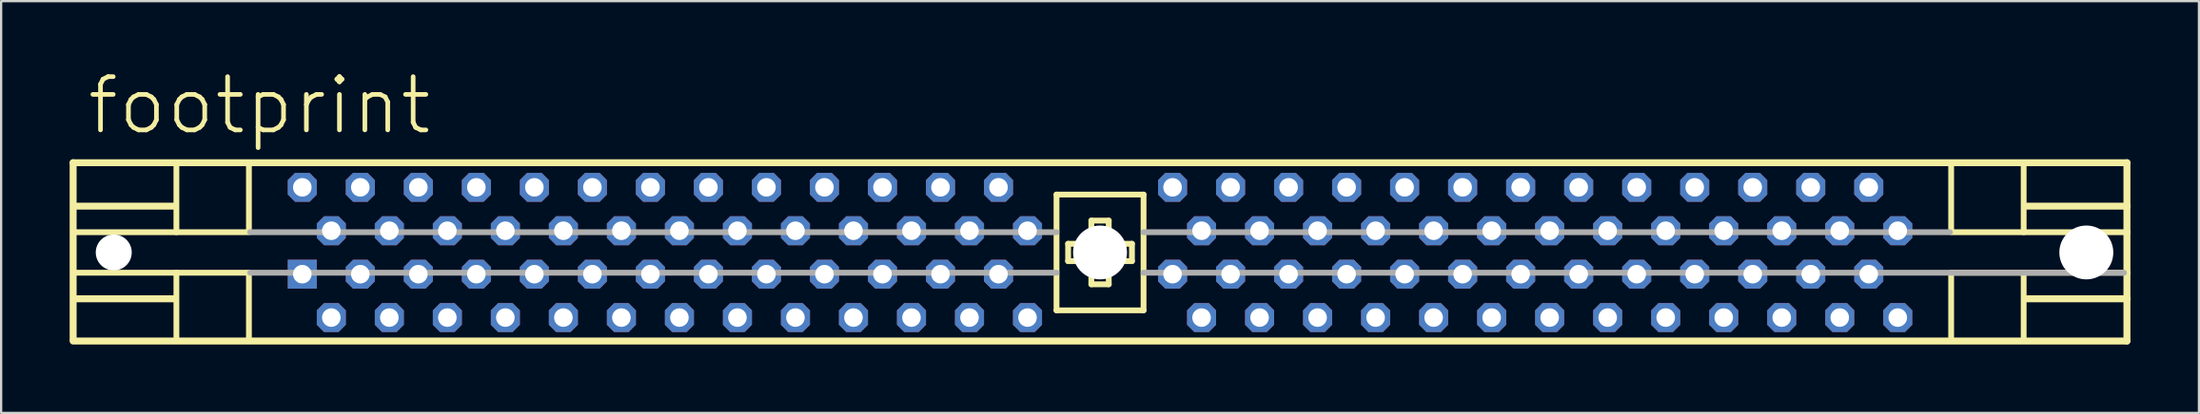
<source format=kicad_pcb>
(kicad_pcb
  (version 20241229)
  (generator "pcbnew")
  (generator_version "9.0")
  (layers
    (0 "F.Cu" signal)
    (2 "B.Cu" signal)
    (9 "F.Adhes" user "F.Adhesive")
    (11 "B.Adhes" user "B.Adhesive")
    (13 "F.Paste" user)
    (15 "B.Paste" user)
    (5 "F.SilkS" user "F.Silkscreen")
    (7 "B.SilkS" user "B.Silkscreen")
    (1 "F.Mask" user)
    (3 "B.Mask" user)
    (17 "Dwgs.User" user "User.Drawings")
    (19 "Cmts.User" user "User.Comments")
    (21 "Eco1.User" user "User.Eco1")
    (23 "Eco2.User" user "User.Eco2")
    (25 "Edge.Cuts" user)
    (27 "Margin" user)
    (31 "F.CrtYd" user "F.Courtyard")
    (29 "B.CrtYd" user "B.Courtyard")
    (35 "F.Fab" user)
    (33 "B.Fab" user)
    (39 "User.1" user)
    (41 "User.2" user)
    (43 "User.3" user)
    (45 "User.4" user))
  (footprint "footprint"
    (layer "F.Cu")
    (at 45.11 8.026)
    (property "Reference" "footprint" (at -44.45 -5.08 0) (layer "F.SilkS") (effects (font (size 2.337 2.337) (thickness 0.203)) (justify left bottom)))
    (fp_line (start -44.958 -3.937) (end -44.958 3.81) (stroke (width 0.305) (type solid)) (layer "F.SilkS"))
    (fp_line (start -44.958 -3.937) (end 44.958 -3.937) (stroke (width 0.305) (type solid)) (layer "F.SilkS"))
    (fp_line (start -44.958 -0.889) (end -37.338 -0.889) (stroke (width 0.254) (type solid)) (layer "F.SilkS"))
    (fp_line (start -44.958 0.889) (end -37.338 0.889) (stroke (width 0.254) (type solid)) (layer "F.SilkS"))
    (fp_line (start -44.831 -2.032) (end -40.513 -2.032) (stroke (width 0.305) (type solid)) (layer "F.SilkS"))
    (fp_line (start -44.831 2.032) (end -40.513 2.032) (stroke (width 0.305) (type solid)) (layer "F.SilkS"))
    (fp_line (start -40.437 -3.861) (end -40.437 -0.889) (stroke (width 0.254) (type solid)) (layer "F.SilkS"))
    (fp_line (start -40.437 0.889) (end -40.437 3.81) (stroke (width 0.254) (type solid)) (layer "F.SilkS"))
    (fp_line (start -37.262 -3.861) (end -37.262 -0.889) (stroke (width 0.254) (type solid)) (layer "F.SilkS"))
    (fp_line (start -37.262 0.889) (end -37.262 3.81) (stroke (width 0.254) (type solid)) (layer "F.SilkS"))
    (fp_line (start -1.905 -2.54) (end -1.905 2.54) (stroke (width 0.254) (type solid)) (layer "F.SilkS"))
    (fp_line (start -1.905 2.54) (end 1.905 2.54) (stroke (width 0.254) (type solid)) (layer "F.SilkS"))
    (fp_line (start -1.397 -0.381) (end -1.397 0.381) (stroke (width 0.254) (type solid)) (layer "F.SilkS"))
    (fp_line (start -1.397 0.381) (end -0.381 0.381) (stroke (width 0.254) (type solid)) (layer "F.SilkS"))
    (fp_line (start -0.381 -1.397) (end -0.381 -0.381) (stroke (width 0.254) (type solid)) (layer "F.SilkS"))
    (fp_line (start -0.381 -0.381) (end -1.397 -0.381) (stroke (width 0.254) (type solid)) (layer "F.SilkS"))
    (fp_line (start -0.381 0.381) (end -0.381 1.397) (stroke (width 0.254) (type solid)) (layer "F.SilkS"))
    (fp_line (start -0.381 1.397) (end 0.381 1.397) (stroke (width 0.254) (type solid)) (layer "F.SilkS"))
    (fp_line (start 0.381 -1.397) (end -0.381 -1.397) (stroke (width 0.254) (type solid)) (layer "F.SilkS"))
    (fp_line (start 0.381 -0.381) (end 0.381 -1.397) (stroke (width 0.254) (type solid)) (layer "F.SilkS"))
    (fp_line (start 0.381 0.381) (end 1.397 0.381) (stroke (width 0.254) (type solid)) (layer "F.SilkS"))
    (fp_line (start 0.381 1.397) (end 0.381 0.381) (stroke (width 0.254) (type solid)) (layer "F.SilkS"))
    (fp_line (start 1.397 -0.381) (end 0.381 -0.381) (stroke (width 0.254) (type solid)) (layer "F.SilkS"))
    (fp_line (start 1.397 0.381) (end 1.397 -0.381) (stroke (width 0.254) (type solid)) (layer "F.SilkS"))
    (fp_line (start 1.905 -2.54) (end -1.905 -2.54) (stroke (width 0.254) (type solid)) (layer "F.SilkS"))
    (fp_line (start 1.905 2.54) (end 1.905 -2.54) (stroke (width 0.254) (type solid)) (layer "F.SilkS"))
    (fp_line (start 37.262 -3.861) (end 37.262 -0.889) (stroke (width 0.254) (type solid)) (layer "F.SilkS"))
    (fp_line (start 37.262 0.889) (end 37.262 3.81) (stroke (width 0.254) (type solid)) (layer "F.SilkS"))
    (fp_line (start 40.437 -3.861) (end 40.437 -0.889) (stroke (width 0.254) (type solid)) (layer "F.SilkS"))
    (fp_line (start 40.437 0.889) (end 40.437 3.81) (stroke (width 0.254) (type solid)) (layer "F.SilkS"))
    (fp_line (start 44.958 -3.937) (end 44.958 -2.032) (stroke (width 0.305) (type solid)) (layer "F.SilkS"))
    (fp_line (start 44.958 -2.032) (end 40.513 -2.032) (stroke (width 0.305) (type solid)) (layer "F.SilkS"))
    (fp_line (start 44.958 -2.032) (end 44.958 -0.889) (stroke (width 0.305) (type solid)) (layer "F.SilkS"))
    (fp_line (start 44.958 -0.889) (end 37.338 -0.889) (stroke (width 0.254) (type solid)) (layer "F.SilkS"))
    (fp_line (start 44.958 -0.889) (end 44.958 0.889) (stroke (width 0.305) (type solid)) (layer "F.SilkS"))
    (fp_line (start 44.958 0.889) (end 37.338 0.889) (stroke (width 0.254) (type solid)) (layer "F.SilkS"))
    (fp_line (start 44.958 0.889) (end 44.958 2.032) (stroke (width 0.305) (type solid)) (layer "F.SilkS"))
    (fp_line (start 44.958 2.032) (end 40.513 2.032) (stroke (width 0.305) (type solid)) (layer "F.SilkS"))
    (fp_line (start 44.958 2.032) (end 44.958 3.886) (stroke (width 0.305) (type solid)) (layer "F.SilkS"))
    (fp_line (start 44.958 3.886) (end -44.958 3.886) (stroke (width 0.305) (type solid)) (layer "F.SilkS"))
    (fp_line (start -37.211 -0.889) (end -1.905 -0.889) (stroke (width 0.254) (type solid)) (layer "F.Fab"))
    (fp_line (start -37.211 0.889) (end -1.905 0.889) (stroke (width 0.254) (type solid)) (layer "F.Fab"))
    (fp_line (start 1.905 -0.889) (end 37.211 -0.889) (stroke (width 0.254) (type solid)) (layer "F.Fab"))
    (fp_line (start 1.905 0.889) (end 44.831 0.889) (stroke (width 0.254) (type solid)) (layer "F.Fab"))
    (pad "" np_thru_hole circle (at -43.18 0) (size 1.575 1.575) (drill 1.575) (layers "*.Cu" "*.Mask"))
    (pad "" np_thru_hole circle (at 0 0) (size 2.362 2.362) (drill 2.362) (layers "*.Cu" "*.Mask"))
    (pad "" np_thru_hole circle (at 43.18 0) (size 2.362 2.362) (drill 2.362) (layers "*.Cu" "*.Mask"))
    (pad "1" thru_hole rect (at -34.925 0.953) (size 1.27 1.27) (drill 0.813) (layers "*.Cu" "*.Mask"))
    (pad "2" thru_hole roundrect (at -33.655 2.857) (size 1.27 1.27) (drill 0.813) (layers "*.Cu" "*.Mask") (roundrect_rratio 0.25) (chamfer_ratio 0.25) (chamfer top_left top_right bottom_left bottom_right))
    (pad "3" thru_hole roundrect (at -32.385 0.953) (size 1.27 1.27) (drill 0.813) (layers "*.Cu" "*.Mask") (roundrect_rratio 0.25) (chamfer_ratio 0.25) (chamfer top_left top_right bottom_left bottom_right))
    (pad "4" thru_hole roundrect (at -31.115 2.857) (size 1.27 1.27) (drill 0.813) (layers "*.Cu" "*.Mask") (roundrect_rratio 0.25) (chamfer_ratio 0.25) (chamfer top_left top_right bottom_left bottom_right))
    (pad "5" thru_hole roundrect (at -29.845 0.953) (size 1.27 1.27) (drill 0.813) (layers "*.Cu" "*.Mask") (roundrect_rratio 0.25) (chamfer_ratio 0.25) (chamfer top_left top_right bottom_left bottom_right))
    (pad "6" thru_hole roundrect (at -28.575 2.857) (size 1.27 1.27) (drill 0.813) (layers "*.Cu" "*.Mask") (roundrect_rratio 0.25) (chamfer_ratio 0.25) (chamfer top_left top_right bottom_left bottom_right))
    (pad "7" thru_hole roundrect (at -27.305 0.953) (size 1.27 1.27) (drill 0.813) (layers "*.Cu" "*.Mask") (roundrect_rratio 0.25) (chamfer_ratio 0.25) (chamfer top_left top_right bottom_left bottom_right))
    (pad "8" thru_hole roundrect (at -26.035 2.857) (size 1.27 1.27) (drill 0.813) (layers "*.Cu" "*.Mask") (roundrect_rratio 0.25) (chamfer_ratio 0.25) (chamfer top_left top_right bottom_left bottom_right))
    (pad "9" thru_hole roundrect (at -24.765 0.953) (size 1.27 1.27) (drill 0.813) (layers "*.Cu" "*.Mask") (roundrect_rratio 0.25) (chamfer_ratio 0.25) (chamfer top_left top_right bottom_left bottom_right))
    (pad "10" thru_hole roundrect (at -23.495 2.857) (size 1.27 1.27) (drill 0.813) (layers "*.Cu" "*.Mask") (roundrect_rratio 0.25) (chamfer_ratio 0.25) (chamfer top_left top_right bottom_left bottom_right))
    (pad "11" thru_hole roundrect (at -22.225 0.953) (size 1.27 1.27) (drill 0.813) (layers "*.Cu" "*.Mask") (roundrect_rratio 0.25) (chamfer_ratio 0.25) (chamfer top_left top_right bottom_left bottom_right))
    (pad "12" thru_hole roundrect (at -20.955 2.857) (size 1.27 1.27) (drill 0.813) (layers "*.Cu" "*.Mask") (roundrect_rratio 0.25) (chamfer_ratio 0.25) (chamfer top_left top_right bottom_left bottom_right))
    (pad "13" thru_hole roundrect (at -19.685 0.953) (size 1.27 1.27) (drill 0.813) (layers "*.Cu" "*.Mask") (roundrect_rratio 0.25) (chamfer_ratio 0.25) (chamfer top_left top_right bottom_left bottom_right))
    (pad "14" thru_hole roundrect (at -18.415 2.857) (size 1.27 1.27) (drill 0.813) (layers "*.Cu" "*.Mask") (roundrect_rratio 0.25) (chamfer_ratio 0.25) (chamfer top_left top_right bottom_left bottom_right))
    (pad "15" thru_hole roundrect (at -17.145 0.953) (size 1.27 1.27) (drill 0.813) (layers "*.Cu" "*.Mask") (roundrect_rratio 0.25) (chamfer_ratio 0.25) (chamfer top_left top_right bottom_left bottom_right))
    (pad "16" thru_hole roundrect (at -15.875 2.857) (size 1.27 1.27) (drill 0.813) (layers "*.Cu" "*.Mask") (roundrect_rratio 0.25) (chamfer_ratio 0.25) (chamfer top_left top_right bottom_left bottom_right))
    (pad "17" thru_hole roundrect (at -14.605 0.953) (size 1.27 1.27) (drill 0.813) (layers "*.Cu" "*.Mask") (roundrect_rratio 0.25) (chamfer_ratio 0.25) (chamfer top_left top_right bottom_left bottom_right))
    (pad "18" thru_hole roundrect (at -13.335 2.857) (size 1.27 1.27) (drill 0.813) (layers "*.Cu" "*.Mask") (roundrect_rratio 0.25) (chamfer_ratio 0.25) (chamfer top_left top_right bottom_left bottom_right))
    (pad "19" thru_hole roundrect (at -12.065 0.953) (size 1.27 1.27) (drill 0.813) (layers "*.Cu" "*.Mask") (roundrect_rratio 0.25) (chamfer_ratio 0.25) (chamfer top_left top_right bottom_left bottom_right))
    (pad "20" thru_hole roundrect (at -10.795 2.857) (size 1.27 1.27) (drill 0.813) (layers "*.Cu" "*.Mask") (roundrect_rratio 0.25) (chamfer_ratio 0.25) (chamfer top_left top_right bottom_left bottom_right))
    (pad "21" thru_hole roundrect (at -9.525 0.953) (size 1.27 1.27) (drill 0.813) (layers "*.Cu" "*.Mask") (roundrect_rratio 0.25) (chamfer_ratio 0.25) (chamfer top_left top_right bottom_left bottom_right))
    (pad "22" thru_hole roundrect (at -8.255 2.857) (size 1.27 1.27) (drill 0.813) (layers "*.Cu" "*.Mask") (roundrect_rratio 0.25) (chamfer_ratio 0.25) (chamfer top_left top_right bottom_left bottom_right))
    (pad "23" thru_hole roundrect (at -6.985 0.953) (size 1.27 1.27) (drill 0.813) (layers "*.Cu" "*.Mask") (roundrect_rratio 0.25) (chamfer_ratio 0.25) (chamfer top_left top_right bottom_left bottom_right))
    (pad "24" thru_hole roundrect (at -5.715 2.857) (size 1.27 1.27) (drill 0.813) (layers "*.Cu" "*.Mask") (roundrect_rratio 0.25) (chamfer_ratio 0.25) (chamfer top_left top_right bottom_left bottom_right))
    (pad "25" thru_hole roundrect (at -4.445 0.953) (size 1.27 1.27) (drill 0.813) (layers "*.Cu" "*.Mask") (roundrect_rratio 0.25) (chamfer_ratio 0.25) (chamfer top_left top_right bottom_left bottom_right))
    (pad "26" thru_hole roundrect (at -3.175 2.857) (size 1.27 1.27) (drill 0.813) (layers "*.Cu" "*.Mask") (roundrect_rratio 0.25) (chamfer_ratio 0.25) (chamfer top_left top_right bottom_left bottom_right))
    (pad "27" thru_hole roundrect (at 3.175 0.953) (size 1.27 1.27) (drill 0.813) (layers "*.Cu" "*.Mask") (roundrect_rratio 0.25) (chamfer_ratio 0.25) (chamfer top_left top_right bottom_left bottom_right))
    (pad "28" thru_hole roundrect (at 4.445 2.857) (size 1.27 1.27) (drill 0.813) (layers "*.Cu" "*.Mask") (roundrect_rratio 0.25) (chamfer_ratio 0.25) (chamfer top_left top_right bottom_left bottom_right))
    (pad "29" thru_hole roundrect (at 5.715 0.953) (size 1.27 1.27) (drill 0.813) (layers "*.Cu" "*.Mask") (roundrect_rratio 0.25) (chamfer_ratio 0.25) (chamfer top_left top_right bottom_left bottom_right))
    (pad "30" thru_hole roundrect (at 6.985 2.857) (size 1.27 1.27) (drill 0.813) (layers "*.Cu" "*.Mask") (roundrect_rratio 0.25) (chamfer_ratio 0.25) (chamfer top_left top_right bottom_left bottom_right))
    (pad "31" thru_hole roundrect (at 8.255 0.953) (size 1.27 1.27) (drill 0.813) (layers "*.Cu" "*.Mask") (roundrect_rratio 0.25) (chamfer_ratio 0.25) (chamfer top_left top_right bottom_left bottom_right))
    (pad "32" thru_hole roundrect (at 9.525 2.857) (size 1.27 1.27) (drill 0.813) (layers "*.Cu" "*.Mask") (roundrect_rratio 0.25) (chamfer_ratio 0.25) (chamfer top_left top_right bottom_left bottom_right))
    (pad "33" thru_hole roundrect (at 10.795 0.953) (size 1.27 1.27) (drill 0.813) (layers "*.Cu" "*.Mask") (roundrect_rratio 0.25) (chamfer_ratio 0.25) (chamfer top_left top_right bottom_left bottom_right))
    (pad "34" thru_hole roundrect (at 12.065 2.857) (size 1.27 1.27) (drill 0.813) (layers "*.Cu" "*.Mask") (roundrect_rratio 0.25) (chamfer_ratio 0.25) (chamfer top_left top_right bottom_left bottom_right))
    (pad "35" thru_hole roundrect (at 13.335 0.953) (size 1.27 1.27) (drill 0.813) (layers "*.Cu" "*.Mask") (roundrect_rratio 0.25) (chamfer_ratio 0.25) (chamfer top_left top_right bottom_left bottom_right))
    (pad "36" thru_hole roundrect (at 14.605 2.857) (size 1.27 1.27) (drill 0.813) (layers "*.Cu" "*.Mask") (roundrect_rratio 0.25) (chamfer_ratio 0.25) (chamfer top_left top_right bottom_left bottom_right))
    (pad "37" thru_hole roundrect (at 15.875 0.953) (size 1.27 1.27) (drill 0.813) (layers "*.Cu" "*.Mask") (roundrect_rratio 0.25) (chamfer_ratio 0.25) (chamfer top_left top_right bottom_left bottom_right))
    (pad "38" thru_hole roundrect (at 17.145 2.857) (size 1.27 1.27) (drill 0.813) (layers "*.Cu" "*.Mask") (roundrect_rratio 0.25) (chamfer_ratio 0.25) (chamfer top_left top_right bottom_left bottom_right))
    (pad "39" thru_hole roundrect (at 18.415 0.953) (size 1.27 1.27) (drill 0.813) (layers "*.Cu" "*.Mask") (roundrect_rratio 0.25) (chamfer_ratio 0.25) (chamfer top_left top_right bottom_left bottom_right))
    (pad "40" thru_hole roundrect (at 19.685 2.857) (size 1.27 1.27) (drill 0.813) (layers "*.Cu" "*.Mask") (roundrect_rratio 0.25) (chamfer_ratio 0.25) (chamfer top_left top_right bottom_left bottom_right))
    (pad "41" thru_hole roundrect (at 20.955 0.953) (size 1.27 1.27) (drill 0.813) (layers "*.Cu" "*.Mask") (roundrect_rratio 0.25) (chamfer_ratio 0.25) (chamfer top_left top_right bottom_left bottom_right))
    (pad "42" thru_hole roundrect (at 22.225 2.857) (size 1.27 1.27) (drill 0.813) (layers "*.Cu" "*.Mask") (roundrect_rratio 0.25) (chamfer_ratio 0.25) (chamfer top_left top_right bottom_left bottom_right))
    (pad "43" thru_hole roundrect (at 23.495 0.953) (size 1.27 1.27) (drill 0.813) (layers "*.Cu" "*.Mask") (roundrect_rratio 0.25) (chamfer_ratio 0.25) (chamfer top_left top_right bottom_left bottom_right))
    (pad "44" thru_hole roundrect (at 24.765 2.857) (size 1.27 1.27) (drill 0.813) (layers "*.Cu" "*.Mask") (roundrect_rratio 0.25) (chamfer_ratio 0.25) (chamfer top_left top_right bottom_left bottom_right))
    (pad "45" thru_hole roundrect (at 26.035 0.953) (size 1.27 1.27) (drill 0.813) (layers "*.Cu" "*.Mask") (roundrect_rratio 0.25) (chamfer_ratio 0.25) (chamfer top_left top_right bottom_left bottom_right))
    (pad "46" thru_hole roundrect (at 27.305 2.857) (size 1.27 1.27) (drill 0.813) (layers "*.Cu" "*.Mask") (roundrect_rratio 0.25) (chamfer_ratio 0.25) (chamfer top_left top_right bottom_left bottom_right))
    (pad "47" thru_hole roundrect (at 28.575 0.953) (size 1.27 1.27) (drill 0.813) (layers "*.Cu" "*.Mask") (roundrect_rratio 0.25) (chamfer_ratio 0.25) (chamfer top_left top_right bottom_left bottom_right))
    (pad "48" thru_hole roundrect (at 29.845 2.857) (size 1.27 1.27) (drill 0.813) (layers "*.Cu" "*.Mask") (roundrect_rratio 0.25) (chamfer_ratio 0.25) (chamfer top_left top_right bottom_left bottom_right))
    (pad "49" thru_hole roundrect (at 31.115 0.953) (size 1.27 1.27) (drill 0.813) (layers "*.Cu" "*.Mask") (roundrect_rratio 0.25) (chamfer_ratio 0.25) (chamfer top_left top_right bottom_left bottom_right))
    (pad "50" thru_hole roundrect (at 32.385 2.857) (size 1.27 1.27) (drill 0.813) (layers "*.Cu" "*.Mask") (roundrect_rratio 0.25) (chamfer_ratio 0.25) (chamfer top_left top_right bottom_left bottom_right))
    (pad "51" thru_hole roundrect (at 33.655 0.953) (size 1.27 1.27) (drill 0.813) (layers "*.Cu" "*.Mask") (roundrect_rratio 0.25) (chamfer_ratio 0.25) (chamfer top_left top_right bottom_left bottom_right))
    (pad "52" thru_hole roundrect (at 34.925 2.857) (size 1.27 1.27) (drill 0.813) (layers "*.Cu" "*.Mask") (roundrect_rratio 0.25) (chamfer_ratio 0.25) (chamfer top_left top_right bottom_left bottom_right))
    (pad "53" thru_hole roundrect (at -34.925 -2.857) (size 1.27 1.27) (drill 0.813) (layers "*.Cu" "*.Mask") (roundrect_rratio 0.25) (chamfer_ratio 0.25) (chamfer top_left top_right bottom_left bottom_right))
    (pad "54" thru_hole roundrect (at -33.655 -0.953) (size 1.27 1.27) (drill 0.813) (layers "*.Cu" "*.Mask") (roundrect_rratio 0.25) (chamfer_ratio 0.25) (chamfer top_left top_right bottom_left bottom_right))
    (pad "55" thru_hole roundrect (at -32.385 -2.857) (size 1.27 1.27) (drill 0.813) (layers "*.Cu" "*.Mask") (roundrect_rratio 0.25) (chamfer_ratio 0.25) (chamfer top_left top_right bottom_left bottom_right))
    (pad "56" thru_hole roundrect (at -31.115 -0.953) (size 1.27 1.27) (drill 0.813) (layers "*.Cu" "*.Mask") (roundrect_rratio 0.25) (chamfer_ratio 0.25) (chamfer top_left top_right bottom_left bottom_right))
    (pad "57" thru_hole roundrect (at -29.845 -2.857) (size 1.27 1.27) (drill 0.813) (layers "*.Cu" "*.Mask") (roundrect_rratio 0.25) (chamfer_ratio 0.25) (chamfer top_left top_right bottom_left bottom_right))
    (pad "58" thru_hole roundrect (at -28.575 -0.953) (size 1.27 1.27) (drill 0.813) (layers "*.Cu" "*.Mask") (roundrect_rratio 0.25) (chamfer_ratio 0.25) (chamfer top_left top_right bottom_left bottom_right))
    (pad "59" thru_hole roundrect (at -27.305 -2.857) (size 1.27 1.27) (drill 0.813) (layers "*.Cu" "*.Mask") (roundrect_rratio 0.25) (chamfer_ratio 0.25) (chamfer top_left top_right bottom_left bottom_right))
    (pad "60" thru_hole roundrect (at -26.035 -0.953) (size 1.27 1.27) (drill 0.813) (layers "*.Cu" "*.Mask") (roundrect_rratio 0.25) (chamfer_ratio 0.25) (chamfer top_left top_right bottom_left bottom_right))
    (pad "61" thru_hole roundrect (at -24.765 -2.857) (size 1.27 1.27) (drill 0.813) (layers "*.Cu" "*.Mask") (roundrect_rratio 0.25) (chamfer_ratio 0.25) (chamfer top_left top_right bottom_left bottom_right))
    (pad "62" thru_hole roundrect (at -23.495 -0.953) (size 1.27 1.27) (drill 0.813) (layers "*.Cu" "*.Mask") (roundrect_rratio 0.25) (chamfer_ratio 0.25) (chamfer top_left top_right bottom_left bottom_right))
    (pad "63" thru_hole roundrect (at -22.225 -2.857) (size 1.27 1.27) (drill 0.813) (layers "*.Cu" "*.Mask") (roundrect_rratio 0.25) (chamfer_ratio 0.25) (chamfer top_left top_right bottom_left bottom_right))
    (pad "64" thru_hole roundrect (at -20.955 -0.953) (size 1.27 1.27) (drill 0.813) (layers "*.Cu" "*.Mask") (roundrect_rratio 0.25) (chamfer_ratio 0.25) (chamfer top_left top_right bottom_left bottom_right))
    (pad "65" thru_hole roundrect (at -19.685 -2.857) (size 1.27 1.27) (drill 0.813) (layers "*.Cu" "*.Mask") (roundrect_rratio 0.25) (chamfer_ratio 0.25) (chamfer top_left top_right bottom_left bottom_right))
    (pad "66" thru_hole roundrect (at -18.415 -0.953) (size 1.27 1.27) (drill 0.813) (layers "*.Cu" "*.Mask") (roundrect_rratio 0.25) (chamfer_ratio 0.25) (chamfer top_left top_right bottom_left bottom_right))
    (pad "67" thru_hole roundrect (at -17.145 -2.857) (size 1.27 1.27) (drill 0.813) (layers "*.Cu" "*.Mask") (roundrect_rratio 0.25) (chamfer_ratio 0.25) (chamfer top_left top_right bottom_left bottom_right))
    (pad "68" thru_hole roundrect (at -15.875 -0.953) (size 1.27 1.27) (drill 0.813) (layers "*.Cu" "*.Mask") (roundrect_rratio 0.25) (chamfer_ratio 0.25) (chamfer top_left top_right bottom_left bottom_right))
    (pad "69" thru_hole roundrect (at -14.605 -2.857) (size 1.27 1.27) (drill 0.813) (layers "*.Cu" "*.Mask") (roundrect_rratio 0.25) (chamfer_ratio 0.25) (chamfer top_left top_right bottom_left bottom_right))
    (pad "70" thru_hole roundrect (at -13.335 -0.953) (size 1.27 1.27) (drill 0.813) (layers "*.Cu" "*.Mask") (roundrect_rratio 0.25) (chamfer_ratio 0.25) (chamfer top_left top_right bottom_left bottom_right))
    (pad "71" thru_hole roundrect (at -12.065 -2.857) (size 1.27 1.27) (drill 0.813) (layers "*.Cu" "*.Mask") (roundrect_rratio 0.25) (chamfer_ratio 0.25) (chamfer top_left top_right bottom_left bottom_right))
    (pad "72" thru_hole roundrect (at -10.795 -0.953) (size 1.27 1.27) (drill 0.813) (layers "*.Cu" "*.Mask") (roundrect_rratio 0.25) (chamfer_ratio 0.25) (chamfer top_left top_right bottom_left bottom_right))
    (pad "73" thru_hole roundrect (at -9.525 -2.857) (size 1.27 1.27) (drill 0.813) (layers "*.Cu" "*.Mask") (roundrect_rratio 0.25) (chamfer_ratio 0.25) (chamfer top_left top_right bottom_left bottom_right))
    (pad "74" thru_hole roundrect (at -8.255 -0.953) (size 1.27 1.27) (drill 0.813) (layers "*.Cu" "*.Mask") (roundrect_rratio 0.25) (chamfer_ratio 0.25) (chamfer top_left top_right bottom_left bottom_right))
    (pad "75" thru_hole roundrect (at -6.985 -2.857) (size 1.27 1.27) (drill 0.813) (layers "*.Cu" "*.Mask") (roundrect_rratio 0.25) (chamfer_ratio 0.25) (chamfer top_left top_right bottom_left bottom_right))
    (pad "76" thru_hole roundrect (at -5.715 -0.953) (size 1.27 1.27) (drill 0.813) (layers "*.Cu" "*.Mask") (roundrect_rratio 0.25) (chamfer_ratio 0.25) (chamfer top_left top_right bottom_left bottom_right))
    (pad "77" thru_hole roundrect (at -4.445 -2.857) (size 1.27 1.27) (drill 0.813) (layers "*.Cu" "*.Mask") (roundrect_rratio 0.25) (chamfer_ratio 0.25) (chamfer top_left top_right bottom_left bottom_right))
    (pad "78" thru_hole roundrect (at -3.175 -0.953) (size 1.27 1.27) (drill 0.813) (layers "*.Cu" "*.Mask") (roundrect_rratio 0.25) (chamfer_ratio 0.25) (chamfer top_left top_right bottom_left bottom_right))
    (pad "79" thru_hole roundrect (at 3.175 -2.857) (size 1.27 1.27) (drill 0.813) (layers "*.Cu" "*.Mask") (roundrect_rratio 0.25) (chamfer_ratio 0.25) (chamfer top_left top_right bottom_left bottom_right))
    (pad "80" thru_hole roundrect (at 4.445 -0.953) (size 1.27 1.27) (drill 0.813) (layers "*.Cu" "*.Mask") (roundrect_rratio 0.25) (chamfer_ratio 0.25) (chamfer top_left top_right bottom_left bottom_right))
    (pad "81" thru_hole roundrect (at 5.715 -2.857) (size 1.27 1.27) (drill 0.813) (layers "*.Cu" "*.Mask") (roundrect_rratio 0.25) (chamfer_ratio 0.25) (chamfer top_left top_right bottom_left bottom_right))
    (pad "82" thru_hole roundrect (at 6.985 -0.953) (size 1.27 1.27) (drill 0.813) (layers "*.Cu" "*.Mask") (roundrect_rratio 0.25) (chamfer_ratio 0.25) (chamfer top_left top_right bottom_left bottom_right))
    (pad "83" thru_hole roundrect (at 8.255 -2.857) (size 1.27 1.27) (drill 0.813) (layers "*.Cu" "*.Mask") (roundrect_rratio 0.25) (chamfer_ratio 0.25) (chamfer top_left top_right bottom_left bottom_right))
    (pad "84" thru_hole roundrect (at 9.525 -0.953) (size 1.27 1.27) (drill 0.813) (layers "*.Cu" "*.Mask") (roundrect_rratio 0.25) (chamfer_ratio 0.25) (chamfer top_left top_right bottom_left bottom_right))
    (pad "85" thru_hole roundrect (at 10.795 -2.857) (size 1.27 1.27) (drill 0.813) (layers "*.Cu" "*.Mask") (roundrect_rratio 0.25) (chamfer_ratio 0.25) (chamfer top_left top_right bottom_left bottom_right))
    (pad "86" thru_hole roundrect (at 12.065 -0.953) (size 1.27 1.27) (drill 0.813) (layers "*.Cu" "*.Mask") (roundrect_rratio 0.25) (chamfer_ratio 0.25) (chamfer top_left top_right bottom_left bottom_right))
    (pad "87" thru_hole roundrect (at 13.335 -2.857) (size 1.27 1.27) (drill 0.813) (layers "*.Cu" "*.Mask") (roundrect_rratio 0.25) (chamfer_ratio 0.25) (chamfer top_left top_right bottom_left bottom_right))
    (pad "88" thru_hole roundrect (at 14.605 -0.953) (size 1.27 1.27) (drill 0.813) (layers "*.Cu" "*.Mask") (roundrect_rratio 0.25) (chamfer_ratio 0.25) (chamfer top_left top_right bottom_left bottom_right))
    (pad "89" thru_hole roundrect (at 15.875 -2.857) (size 1.27 1.27) (drill 0.813) (layers "*.Cu" "*.Mask") (roundrect_rratio 0.25) (chamfer_ratio 0.25) (chamfer top_left top_right bottom_left bottom_right))
    (pad "90" thru_hole roundrect (at 17.145 -0.953) (size 1.27 1.27) (drill 0.813) (layers "*.Cu" "*.Mask") (roundrect_rratio 0.25) (chamfer_ratio 0.25) (chamfer top_left top_right bottom_left bottom_right))
    (pad "91" thru_hole roundrect (at 18.415 -2.857) (size 1.27 1.27) (drill 0.813) (layers "*.Cu" "*.Mask") (roundrect_rratio 0.25) (chamfer_ratio 0.25) (chamfer top_left top_right bottom_left bottom_right))
    (pad "92" thru_hole roundrect (at 19.685 -0.953) (size 1.27 1.27) (drill 0.813) (layers "*.Cu" "*.Mask") (roundrect_rratio 0.25) (chamfer_ratio 0.25) (chamfer top_left top_right bottom_left bottom_right))
    (pad "93" thru_hole roundrect (at 20.955 -2.857) (size 1.27 1.27) (drill 0.813) (layers "*.Cu" "*.Mask") (roundrect_rratio 0.25) (chamfer_ratio 0.25) (chamfer top_left top_right bottom_left bottom_right))
    (pad "94" thru_hole roundrect (at 22.225 -0.953) (size 1.27 1.27) (drill 0.813) (layers "*.Cu" "*.Mask") (roundrect_rratio 0.25) (chamfer_ratio 0.25) (chamfer top_left top_right bottom_left bottom_right))
    (pad "95" thru_hole roundrect (at 23.495 -2.857) (size 1.27 1.27) (drill 0.813) (layers "*.Cu" "*.Mask") (roundrect_rratio 0.25) (chamfer_ratio 0.25) (chamfer top_left top_right bottom_left bottom_right))
    (pad "96" thru_hole roundrect (at 24.765 -0.953) (size 1.27 1.27) (drill 0.813) (layers "*.Cu" "*.Mask") (roundrect_rratio 0.25) (chamfer_ratio 0.25) (chamfer top_left top_right bottom_left bottom_right))
    (pad "97" thru_hole roundrect (at 26.035 -2.857) (size 1.27 1.27) (drill 0.813) (layers "*.Cu" "*.Mask") (roundrect_rratio 0.25) (chamfer_ratio 0.25) (chamfer top_left top_right bottom_left bottom_right))
    (pad "98" thru_hole roundrect (at 27.305 -0.953) (size 1.27 1.27) (drill 0.813) (layers "*.Cu" "*.Mask") (roundrect_rratio 0.25) (chamfer_ratio 0.25) (chamfer top_left top_right bottom_left bottom_right))
    (pad "99" thru_hole roundrect (at 28.575 -2.857) (size 1.27 1.27) (drill 0.813) (layers "*.Cu" "*.Mask") (roundrect_rratio 0.25) (chamfer_ratio 0.25) (chamfer top_left top_right bottom_left bottom_right))
    (pad "100" thru_hole roundrect (at 29.845 -0.953) (size 1.27 1.27) (drill 0.813) (layers "*.Cu" "*.Mask") (roundrect_rratio 0.25) (chamfer_ratio 0.25) (chamfer top_left top_right bottom_left bottom_right))
    (pad "101" thru_hole roundrect (at 31.115 -2.857) (size 1.27 1.27) (drill 0.813) (layers "*.Cu" "*.Mask") (roundrect_rratio 0.25) (chamfer_ratio 0.25) (chamfer top_left top_right bottom_left bottom_right))
    (pad "102" thru_hole roundrect (at 32.385 -0.953) (size 1.27 1.27) (drill 0.813) (layers "*.Cu" "*.Mask") (roundrect_rratio 0.25) (chamfer_ratio 0.25) (chamfer top_left top_right bottom_left bottom_right))
    (pad "103" thru_hole roundrect (at 33.655 -2.857) (size 1.27 1.27) (drill 0.813) (layers "*.Cu" "*.Mask") (roundrect_rratio 0.25) (chamfer_ratio 0.25) (chamfer top_left top_right bottom_left bottom_right))
    (pad "104" thru_hole roundrect (at 34.925 -0.953) (size 1.27 1.27) (drill 0.813) (layers "*.Cu" "*.Mask") (roundrect_rratio 0.25) (chamfer_ratio 0.25) (chamfer top_left top_right bottom_left bottom_right)))
  (gr_rect
    (start -3 -3)
    (end 93.221 15.065)
    (stroke (width 0.1) (type default))
    (fill no)
    (layer "Edge.Cuts")))
</source>
